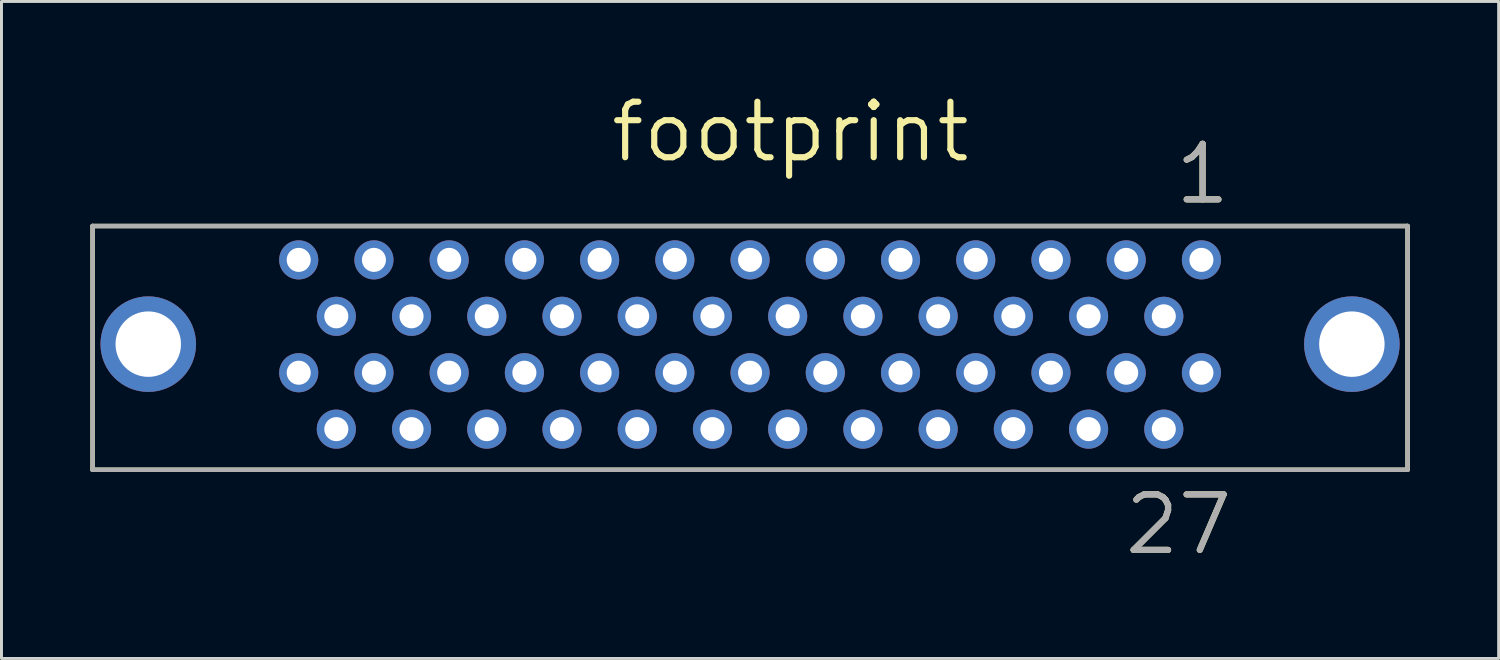
<source format=kicad_pcb>
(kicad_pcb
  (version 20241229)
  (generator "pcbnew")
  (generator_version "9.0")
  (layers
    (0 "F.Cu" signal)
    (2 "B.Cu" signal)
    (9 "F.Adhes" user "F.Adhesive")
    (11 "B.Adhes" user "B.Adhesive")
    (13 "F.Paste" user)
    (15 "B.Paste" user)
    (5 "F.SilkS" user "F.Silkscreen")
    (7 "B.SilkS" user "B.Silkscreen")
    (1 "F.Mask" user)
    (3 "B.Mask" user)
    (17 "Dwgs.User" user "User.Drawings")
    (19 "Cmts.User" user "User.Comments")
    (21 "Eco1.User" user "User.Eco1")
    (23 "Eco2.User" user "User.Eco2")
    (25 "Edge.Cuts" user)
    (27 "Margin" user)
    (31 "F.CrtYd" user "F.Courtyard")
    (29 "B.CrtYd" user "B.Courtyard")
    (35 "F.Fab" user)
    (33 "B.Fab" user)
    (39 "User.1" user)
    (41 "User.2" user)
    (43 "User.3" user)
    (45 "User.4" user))
  (footprint "footprint"
    (layer "F.Cu")
    (at 22.276 4.582)
    (property "Reference" "footprint" (at -4.801 -2.083 0) (layer "F.SilkS") (effects (font (size 1.875 1.875) (thickness 0.208)) (justify left bottom)))
    (fp_line (start -22.2 0) (end -22.2 8.23) (stroke (width 0.152) (type solid)) (layer "F.SilkS"))
    (fp_line (start -22.2 8.23) (end 22.2 8.23) (stroke (width 0.152) (type solid)) (layer "F.SilkS"))
    (fp_line (start 22.2 0) (end -22.2 0) (stroke (width 0.152) (type solid)) (layer "F.SilkS"))
    (fp_line (start 22.2 8.23) (end 22.2 0) (stroke (width 0.152) (type solid)) (layer "F.SilkS"))
    (fp_line (start -22.2 0) (end -22.2 8.23) (stroke (width 0.152) (type solid)) (layer "F.Fab"))
    (fp_line (start -22.2 8.23) (end 22.2 8.23) (stroke (width 0.152) (type solid)) (layer "F.Fab"))
    (fp_line (start 22.2 0) (end -22.2 0) (stroke (width 0.152) (type solid)) (layer "F.Fab"))
    (fp_line (start 22.2 8.23) (end 22.2 0) (stroke (width 0.152) (type solid)) (layer "F.Fab"))
    (fp_text user "27" (at 12.548 11.176 0) (layer "F.SilkS") (effects (font (size 1.875 1.875) (thickness 0.208)) (justify left bottom)))
    (fp_text user "1" (at 14.249 -0.66 0) (layer "F.SilkS") (effects (font (size 1.875 1.875) (thickness 0.208)) (justify left bottom)))
    (fp_text user "1" (at 14.249 -0.66 0) (layer "F.Fab") (effects (font (size 1.875 1.875) (thickness 0.208)) (justify left bottom)))
    (fp_text user "27" (at 12.548 11.176 0) (layer "F.Fab") (effects (font (size 1.875 1.875) (thickness 0.208)) (justify left bottom)))
    (pad "1" thru_hole circle (at 15.24 1.143) (size 1.321 1.321) (drill 0.813) (layers "*.Cu" "*.Mask"))
    (pad "2" thru_hole circle (at 13.97 3.048) (size 1.321 1.321) (drill 0.813) (layers "*.Cu" "*.Mask"))
    (pad "3" thru_hole circle (at 12.7 1.143) (size 1.321 1.321) (drill 0.813) (layers "*.Cu" "*.Mask"))
    (pad "4" thru_hole circle (at 11.43 3.048) (size 1.321 1.321) (drill 0.813) (layers "*.Cu" "*.Mask"))
    (pad "5" thru_hole circle (at 10.16 1.143) (size 1.321 1.321) (drill 0.813) (layers "*.Cu" "*.Mask"))
    (pad "6" thru_hole circle (at 8.89 3.048) (size 1.321 1.321) (drill 0.813) (layers "*.Cu" "*.Mask"))
    (pad "7" thru_hole circle (at 7.62 1.143) (size 1.321 1.321) (drill 0.813) (layers "*.Cu" "*.Mask"))
    (pad "8" thru_hole circle (at 6.35 3.048) (size 1.321 1.321) (drill 0.813) (layers "*.Cu" "*.Mask"))
    (pad "9" thru_hole circle (at 5.08 1.143) (size 1.321 1.321) (drill 0.813) (layers "*.Cu" "*.Mask"))
    (pad "10" thru_hole circle (at 3.81 3.048) (size 1.321 1.321) (drill 0.813) (layers "*.Cu" "*.Mask"))
    (pad "11" thru_hole circle (at 2.54 1.143) (size 1.321 1.321) (drill 0.813) (layers "*.Cu" "*.Mask"))
    (pad "12" thru_hole circle (at 1.27 3.048) (size 1.321 1.321) (drill 0.813) (layers "*.Cu" "*.Mask"))
    (pad "13" thru_hole circle (at 0 1.143) (size 1.321 1.321) (drill 0.813) (layers "*.Cu" "*.Mask"))
    (pad "14" thru_hole circle (at -1.27 3.048) (size 1.321 1.321) (drill 0.813) (layers "*.Cu" "*.Mask"))
    (pad "15" thru_hole circle (at -2.54 1.143) (size 1.321 1.321) (drill 0.813) (layers "*.Cu" "*.Mask"))
    (pad "16" thru_hole circle (at -3.81 3.048) (size 1.321 1.321) (drill 0.813) (layers "*.Cu" "*.Mask"))
    (pad "17" thru_hole circle (at -5.08 1.143) (size 1.321 1.321) (drill 0.813) (layers "*.Cu" "*.Mask"))
    (pad "18" thru_hole circle (at -6.35 3.048) (size 1.321 1.321) (drill 0.813) (layers "*.Cu" "*.Mask"))
    (pad "19" thru_hole circle (at -7.62 1.143) (size 1.321 1.321) (drill 0.813) (layers "*.Cu" "*.Mask"))
    (pad "20" thru_hole circle (at -8.89 3.048) (size 1.321 1.321) (drill 0.813) (layers "*.Cu" "*.Mask"))
    (pad "21" thru_hole circle (at -10.16 1.143) (size 1.321 1.321) (drill 0.813) (layers "*.Cu" "*.Mask"))
    (pad "22" thru_hole circle (at -11.43 3.048) (size 1.321 1.321) (drill 0.813) (layers "*.Cu" "*.Mask"))
    (pad "23" thru_hole circle (at -12.7 1.143) (size 1.321 1.321) (drill 0.813) (layers "*.Cu" "*.Mask"))
    (pad "24" thru_hole circle (at -13.97 3.048) (size 1.321 1.321) (drill 0.813) (layers "*.Cu" "*.Mask"))
    (pad "25" thru_hole circle (at -15.24 1.143) (size 1.321 1.321) (drill 0.813) (layers "*.Cu" "*.Mask"))
    (pad "26" thru_hole circle (at 15.24 4.953) (size 1.321 1.321) (drill 0.813) (layers "*.Cu" "*.Mask"))
    (pad "27" thru_hole circle (at 13.97 6.858) (size 1.321 1.321) (drill 0.813) (layers "*.Cu" "*.Mask"))
    (pad "28" thru_hole circle (at 12.7 4.953) (size 1.321 1.321) (drill 0.813) (layers "*.Cu" "*.Mask"))
    (pad "29" thru_hole circle (at 11.43 6.858) (size 1.321 1.321) (drill 0.813) (layers "*.Cu" "*.Mask"))
    (pad "30" thru_hole circle (at 10.16 4.953) (size 1.321 1.321) (drill 0.813) (layers "*.Cu" "*.Mask"))
    (pad "31" thru_hole circle (at 8.89 6.858) (size 1.321 1.321) (drill 0.813) (layers "*.Cu" "*.Mask"))
    (pad "32" thru_hole circle (at 7.62 4.953) (size 1.321 1.321) (drill 0.813) (layers "*.Cu" "*.Mask"))
    (pad "33" thru_hole circle (at 6.35 6.858) (size 1.321 1.321) (drill 0.813) (layers "*.Cu" "*.Mask"))
    (pad "34" thru_hole circle (at 5.08 4.953) (size 1.321 1.321) (drill 0.813) (layers "*.Cu" "*.Mask"))
    (pad "35" thru_hole circle (at 3.81 6.858) (size 1.321 1.321) (drill 0.813) (layers "*.Cu" "*.Mask"))
    (pad "36" thru_hole circle (at 2.54 4.953) (size 1.321 1.321) (drill 0.813) (layers "*.Cu" "*.Mask"))
    (pad "37" thru_hole circle (at 1.27 6.858) (size 1.321 1.321) (drill 0.813) (layers "*.Cu" "*.Mask"))
    (pad "38" thru_hole circle (at 0 4.953) (size 1.321 1.321) (drill 0.813) (layers "*.Cu" "*.Mask"))
    (pad "39" thru_hole circle (at -1.27 6.858) (size 1.321 1.321) (drill 0.813) (layers "*.Cu" "*.Mask"))
    (pad "40" thru_hole circle (at -2.54 4.953) (size 1.321 1.321) (drill 0.813) (layers "*.Cu" "*.Mask"))
    (pad "41" thru_hole circle (at -3.81 6.858) (size 1.321 1.321) (drill 0.813) (layers "*.Cu" "*.Mask"))
    (pad "42" thru_hole circle (at -5.08 4.953) (size 1.321 1.321) (drill 0.813) (layers "*.Cu" "*.Mask"))
    (pad "43" thru_hole circle (at -6.35 6.858) (size 1.321 1.321) (drill 0.813) (layers "*.Cu" "*.Mask"))
    (pad "44" thru_hole circle (at -7.62 4.953) (size 1.321 1.321) (drill 0.813) (layers "*.Cu" "*.Mask"))
    (pad "45" thru_hole circle (at -8.89 6.858) (size 1.321 1.321) (drill 0.813) (layers "*.Cu" "*.Mask"))
    (pad "46" thru_hole circle (at -10.16 4.953) (size 1.321 1.321) (drill 0.813) (layers "*.Cu" "*.Mask"))
    (pad "47" thru_hole circle (at -11.43 6.858) (size 1.321 1.321) (drill 0.813) (layers "*.Cu" "*.Mask"))
    (pad "48" thru_hole circle (at -12.7 4.953) (size 1.321 1.321) (drill 0.813) (layers "*.Cu" "*.Mask"))
    (pad "49" thru_hole circle (at -13.97 6.858) (size 1.321 1.321) (drill 0.813) (layers "*.Cu" "*.Mask"))
    (pad "50" thru_hole circle (at -15.24 4.953) (size 1.321 1.321) (drill 0.813) (layers "*.Cu" "*.Mask"))
    (pad "51" thru_hole circle (at -20.32 3.988) (size 3.226 3.226) (drill 2.21) (layers "*.Cu" "*.Mask"))
    (pad "52" thru_hole circle (at 20.32 3.988) (size 3.226 3.226) (drill 2.21) (layers "*.Cu" "*.Mask")))
  (gr_rect
    (start -3 -3)
    (end 47.552 19.183)
    (stroke (width 0.1) (type default))
    (fill no)
    (layer "Edge.Cuts")))
</source>
